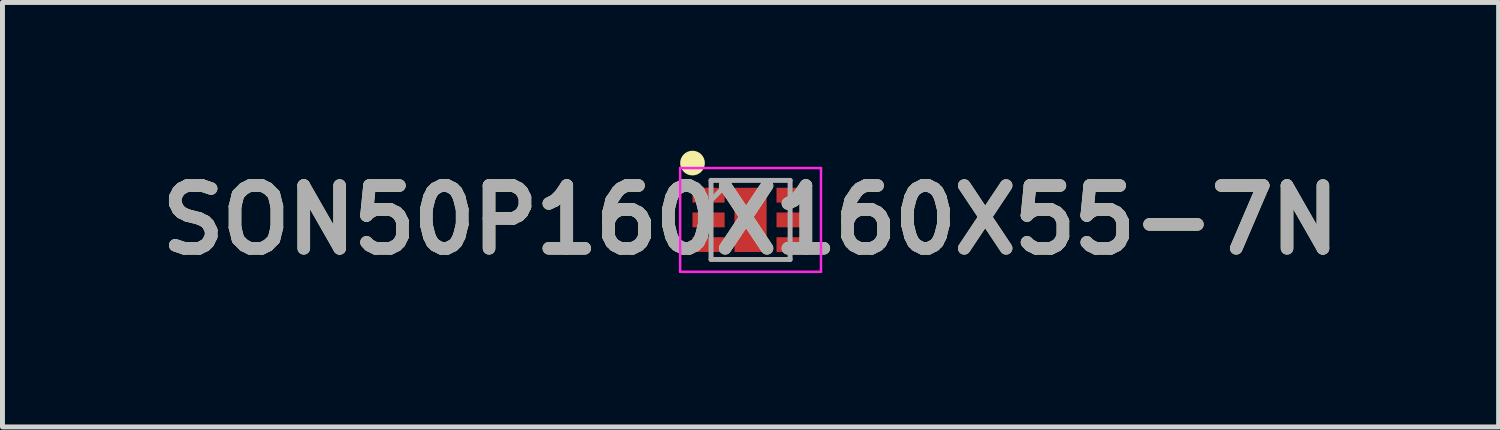
<source format=kicad_pcb>
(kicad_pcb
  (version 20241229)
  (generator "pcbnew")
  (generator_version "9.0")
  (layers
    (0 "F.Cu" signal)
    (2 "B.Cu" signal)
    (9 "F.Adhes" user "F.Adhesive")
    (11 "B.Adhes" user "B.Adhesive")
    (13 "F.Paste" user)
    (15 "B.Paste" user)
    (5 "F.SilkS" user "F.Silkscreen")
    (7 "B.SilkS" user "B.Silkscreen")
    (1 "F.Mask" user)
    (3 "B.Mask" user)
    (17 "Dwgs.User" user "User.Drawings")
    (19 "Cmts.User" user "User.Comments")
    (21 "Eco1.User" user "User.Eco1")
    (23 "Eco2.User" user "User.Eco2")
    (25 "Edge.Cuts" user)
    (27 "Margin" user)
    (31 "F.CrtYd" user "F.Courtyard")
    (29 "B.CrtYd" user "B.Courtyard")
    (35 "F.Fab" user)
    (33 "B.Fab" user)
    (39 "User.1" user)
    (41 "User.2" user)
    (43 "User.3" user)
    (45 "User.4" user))
  (footprint "SON50P160X160X55-7N"
    (layer "F.Cu")
    (at 12.138 1.4)
    (property "Reference" "SON50P160X160X55-7N" (at 0 0 0) (layer "F.SilkS") (effects (font (size 1.27 1.27) (thickness 0.254))))
    (attr smd)
    (fp_circle (center -1.175 -1.15) (end -1.175 -1.025) (stroke (width 0.25) (type solid)) (fill no) (layer "F.SilkS"))
    (fp_line (start -1.425 -1.05) (end 1.425 -1.05) (stroke (width 0.05) (type solid)) (layer "F.CrtYd"))
    (fp_line (start -1.425 1.05) (end -1.425 -1.05) (stroke (width 0.05) (type solid)) (layer "F.CrtYd"))
    (fp_line (start 1.425 -1.05) (end 1.425 1.05) (stroke (width 0.05) (type solid)) (layer "F.CrtYd"))
    (fp_line (start 1.425 1.05) (end -1.425 1.05) (stroke (width 0.05) (type solid)) (layer "F.CrtYd"))
    (fp_line (start -0.8 -0.8) (end 0.8 -0.8) (stroke (width 0.1) (type solid)) (layer "F.Fab"))
    (fp_line (start -0.8 -0.4) (end -0.4 -0.8) (stroke (width 0.1) (type solid)) (layer "F.Fab"))
    (fp_line (start -0.8 0.8) (end -0.8 -0.8) (stroke (width 0.1) (type solid)) (layer "F.Fab"))
    (fp_line (start 0.8 -0.8) (end 0.8 0.8) (stroke (width 0.1) (type solid)) (layer "F.Fab"))
    (fp_line (start 0.8 0.8) (end -0.8 0.8) (stroke (width 0.1) (type solid)) (layer "F.Fab"))
    (fp_text user "${REFERENCE}" (at 0 0 0) (layer "F.Fab") (effects (font (size 1.27 1.27) (thickness 0.254))))
    (pad "1" smd rect (at -0.85 -0.5 90) (size 0.3 0.65) (layers "F.Cu" "F.Mask" "F.Paste"))
    (pad "2" smd rect (at -0.85 0 90) (size 0.3 0.65) (layers "F.Cu" "F.Mask" "F.Paste"))
    (pad "3" smd rect (at -0.85 0.5 90) (size 0.3 0.65) (layers "F.Cu" "F.Mask" "F.Paste"))
    (pad "4" smd rect (at 0.85 0.5 90) (size 0.3 0.65) (layers "F.Cu" "F.Mask" "F.Paste"))
    (pad "5" smd rect (at 0.85 0 90) (size 0.3 0.65) (layers "F.Cu" "F.Mask" "F.Paste"))
    (pad "6" smd rect (at 0.85 -0.5 90) (size 0.3 0.65) (layers "F.Cu" "F.Mask" "F.Paste"))
    (pad "7" smd rect (at 0 0) (size 0.65 1.3) (layers "F.Cu" "F.Mask" "F.Paste")))
  (gr_rect
    (start -3 -3)
    (end 27.275 5.589)
    (stroke (width 0.1) (type default))
    (fill no)
    (layer "Edge.Cuts")))
</source>
